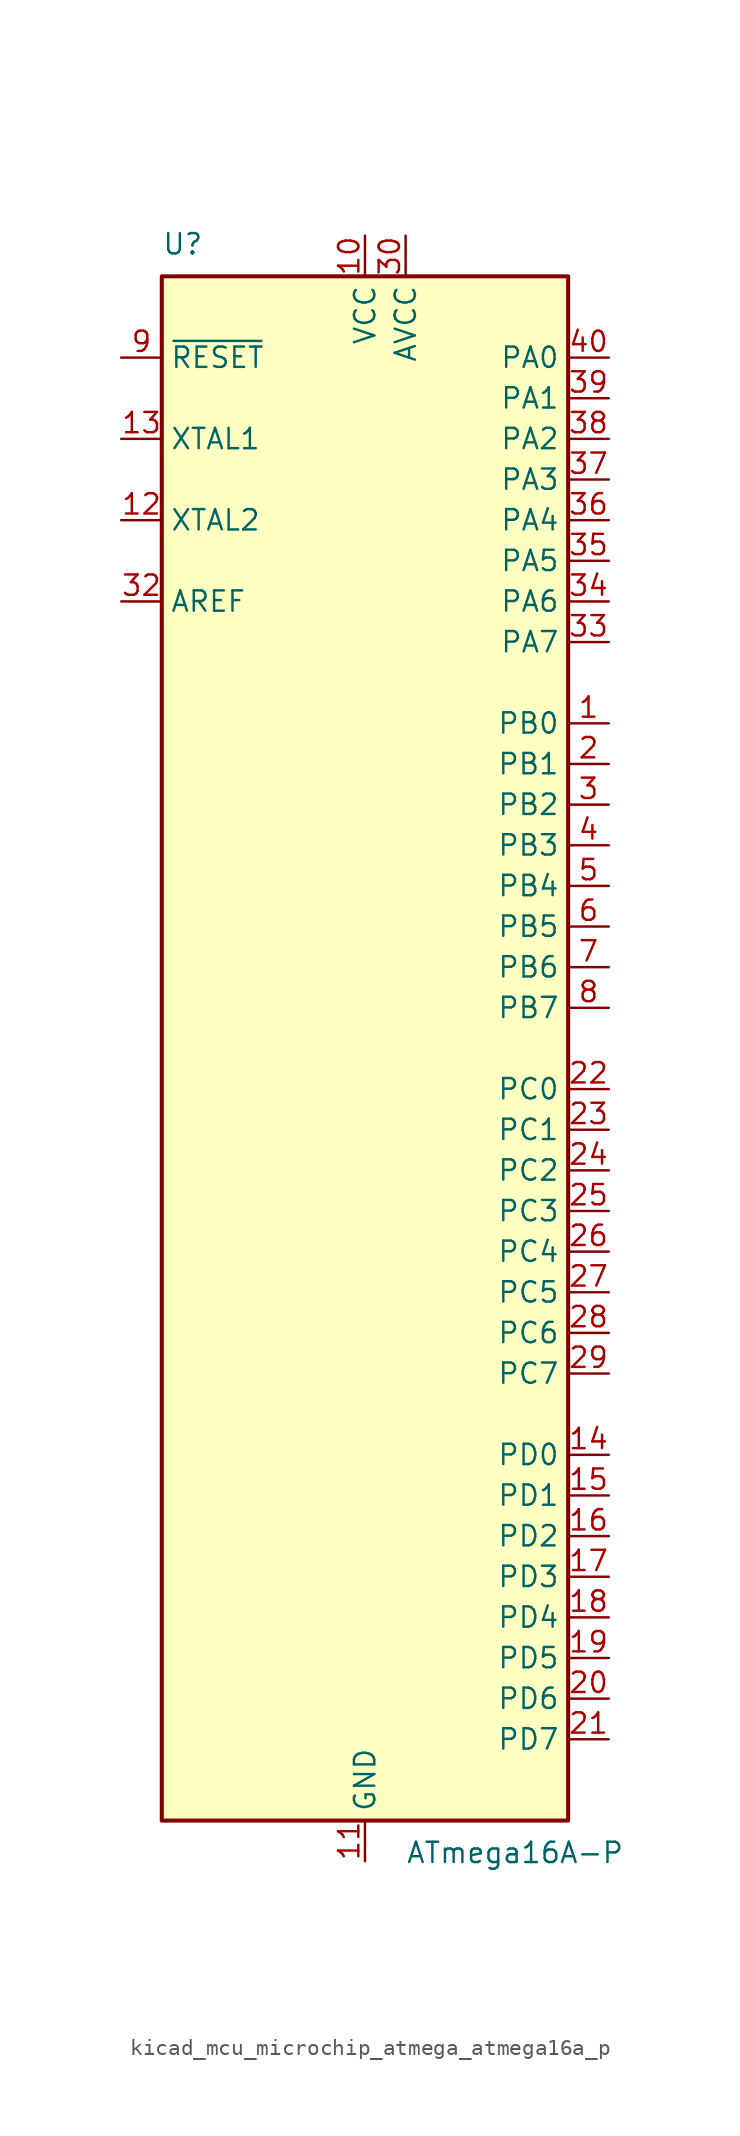
<source format=kicad_sym>
(kicad_symbol_lib
  (version 20220914)
  (generator kicad_symbol_editor)
  (symbol "kicad_mcu_microchip_atmega_atmega16a_p"
    (property "Reference" "U"
      (at -12.7 49.53 0)
      (effects (font (size 1.27 1.27)) (justify left bottom)))
    (property "Value" "ATmega16A-P"
      (at 2.54 -49.53 0)
      (effects (font (size 1.27 1.27)) (justify left top)))
    (symbol "kicad_mcu_microchip_atmega_atmega16a_p_0_1"
      (rectangle (start -12.7 -48.26) (end 12.7 48.26) (stroke (width 0.254) (type default)) (fill (type background))))
    (symbol "kicad_mcu_microchip_atmega_atmega16a_p_1_1"
      (pin bidirectional line (at 15.24 20.32 180) (length 2.54) (name "PB0" (effects (font (size 1.27 1.27)))) (number "1" (effects (font (size 1.27 1.27)))))
      (pin power_in line (at 0 50.8 270) (length 2.54) (name "VCC" (effects (font (size 1.27 1.27)))) (number "10" (effects (font (size 1.27 1.27)))))
      (pin power_in line (at 0 -50.8 90) (length 2.54) (name "GND" (effects (font (size 1.27 1.27)))) (number "11" (effects (font (size 1.27 1.27)))))
      (pin output line (at -15.24 33.02 0) (length 2.54) (name "XTAL2" (effects (font (size 1.27 1.27)))) (number "12" (effects (font (size 1.27 1.27)))))
      (pin input line (at -15.24 38.1 0) (length 2.54) (name "XTAL1" (effects (font (size 1.27 1.27)))) (number "13" (effects (font (size 1.27 1.27)))))
      (pin bidirectional line (at 15.24 -25.4 180) (length 2.54) (name "PD0" (effects (font (size 1.27 1.27)))) (number "14" (effects (font (size 1.27 1.27)))))
      (pin bidirectional line (at 15.24 -27.94 180) (length 2.54) (name "PD1" (effects (font (size 1.27 1.27)))) (number "15" (effects (font (size 1.27 1.27)))))
      (pin bidirectional line (at 15.24 -30.48 180) (length 2.54) (name "PD2" (effects (font (size 1.27 1.27)))) (number "16" (effects (font (size 1.27 1.27)))))
      (pin bidirectional line (at 15.24 -33.02 180) (length 2.54) (name "PD3" (effects (font (size 1.27 1.27)))) (number "17" (effects (font (size 1.27 1.27)))))
      (pin bidirectional line (at 15.24 -35.56 180) (length 2.54) (name "PD4" (effects (font (size 1.27 1.27)))) (number "18" (effects (font (size 1.27 1.27)))))
      (pin bidirectional line (at 15.24 -38.1 180) (length 2.54) (name "PD5" (effects (font (size 1.27 1.27)))) (number "19" (effects (font (size 1.27 1.27)))))
      (pin bidirectional line (at 15.24 17.78 180) (length 2.54) (name "PB1" (effects (font (size 1.27 1.27)))) (number "2" (effects (font (size 1.27 1.27)))))
      (pin bidirectional line (at 15.24 -40.64 180) (length 2.54) (name "PD6" (effects (font (size 1.27 1.27)))) (number "20" (effects (font (size 1.27 1.27)))))
      (pin bidirectional line (at 15.24 -43.18 180) (length 2.54) (name "PD7" (effects (font (size 1.27 1.27)))) (number "21" (effects (font (size 1.27 1.27)))))
      (pin bidirectional line (at 15.24 -2.54 180) (length 2.54) (name "PC0" (effects (font (size 1.27 1.27)))) (number "22" (effects (font (size 1.27 1.27)))))
      (pin bidirectional line (at 15.24 -5.08 180) (length 2.54) (name "PC1" (effects (font (size 1.27 1.27)))) (number "23" (effects (font (size 1.27 1.27)))))
      (pin bidirectional line (at 15.24 -7.62 180) (length 2.54) (name "PC2" (effects (font (size 1.27 1.27)))) (number "24" (effects (font (size 1.27 1.27)))))
      (pin bidirectional line (at 15.24 -10.16 180) (length 2.54) (name "PC3" (effects (font (size 1.27 1.27)))) (number "25" (effects (font (size 1.27 1.27)))))
      (pin bidirectional line (at 15.24 -12.7 180) (length 2.54) (name "PC4" (effects (font (size 1.27 1.27)))) (number "26" (effects (font (size 1.27 1.27)))))
      (pin bidirectional line (at 15.24 -15.24 180) (length 2.54) (name "PC5" (effects (font (size 1.27 1.27)))) (number "27" (effects (font (size 1.27 1.27)))))
      (pin bidirectional line (at 15.24 -17.78 180) (length 2.54) (name "PC6" (effects (font (size 1.27 1.27)))) (number "28" (effects (font (size 1.27 1.27)))))
      (pin bidirectional line (at 15.24 -20.32 180) (length 2.54) (name "PC7" (effects (font (size 1.27 1.27)))) (number "29" (effects (font (size 1.27 1.27)))))
      (pin bidirectional line (at 15.24 15.24 180) (length 2.54) (name "PB2" (effects (font (size 1.27 1.27)))) (number "3" (effects (font (size 1.27 1.27)))))
      (pin power_in line (at 2.54 50.8 270) (length 2.54) (name "AVCC" (effects (font (size 1.27 1.27)))) (number "30" (effects (font (size 1.27 1.27)))))
      (pin passive line (at 0 -50.8 90) (length 2.54) hide (name "GND" (effects (font (size 1.27 1.27)))) (number "31" (effects (font (size 1.27 1.27)))))
      (pin passive line (at -15.24 27.94 0) (length 2.54) (name "AREF" (effects (font (size 1.27 1.27)))) (number "32" (effects (font (size 1.27 1.27)))))
      (pin bidirectional line (at 15.24 25.4 180) (length 2.54) (name "PA7" (effects (font (size 1.27 1.27)))) (number "33" (effects (font (size 1.27 1.27)))))
      (pin bidirectional line (at 15.24 27.94 180) (length 2.54) (name "PA6" (effects (font (size 1.27 1.27)))) (number "34" (effects (font (size 1.27 1.27)))))
      (pin bidirectional line (at 15.24 30.48 180) (length 2.54) (name "PA5" (effects (font (size 1.27 1.27)))) (number "35" (effects (font (size 1.27 1.27)))))
      (pin bidirectional line (at 15.24 33.02 180) (length 2.54) (name "PA4" (effects (font (size 1.27 1.27)))) (number "36" (effects (font (size 1.27 1.27)))))
      (pin bidirectional line (at 15.24 35.56 180) (length 2.54) (name "PA3" (effects (font (size 1.27 1.27)))) (number "37" (effects (font (size 1.27 1.27)))))
      (pin bidirectional line (at 15.24 38.1 180) (length 2.54) (name "PA2" (effects (font (size 1.27 1.27)))) (number "38" (effects (font (size 1.27 1.27)))))
      (pin bidirectional line (at 15.24 40.64 180) (length 2.54) (name "PA1" (effects (font (size 1.27 1.27)))) (number "39" (effects (font (size 1.27 1.27)))))
      (pin bidirectional line (at 15.24 12.7 180) (length 2.54) (name "PB3" (effects (font (size 1.27 1.27)))) (number "4" (effects (font (size 1.27 1.27)))))
      (pin bidirectional line (at 15.24 43.18 180) (length 2.54) (name "PA0" (effects (font (size 1.27 1.27)))) (number "40" (effects (font (size 1.27 1.27)))))
      (pin bidirectional line (at 15.24 10.16 180) (length 2.54) (name "PB4" (effects (font (size 1.27 1.27)))) (number "5" (effects (font (size 1.27 1.27)))))
      (pin bidirectional line (at 15.24 7.62 180) (length 2.54) (name "PB5" (effects (font (size 1.27 1.27)))) (number "6" (effects (font (size 1.27 1.27)))))
      (pin bidirectional line (at 15.24 5.08 180) (length 2.54) (name "PB6" (effects (font (size 1.27 1.27)))) (number "7" (effects (font (size 1.27 1.27)))))
      (pin bidirectional line (at 15.24 2.54 180) (length 2.54) (name "PB7" (effects (font (size 1.27 1.27)))) (number "8" (effects (font (size 1.27 1.27)))))
      (pin input line (at -15.24 43.18 0) (length 2.54) (name "~{RESET}" (effects (font (size 1.27 1.27)))) (number "9" (effects (font (size 1.27 1.27))))))))
</source>
